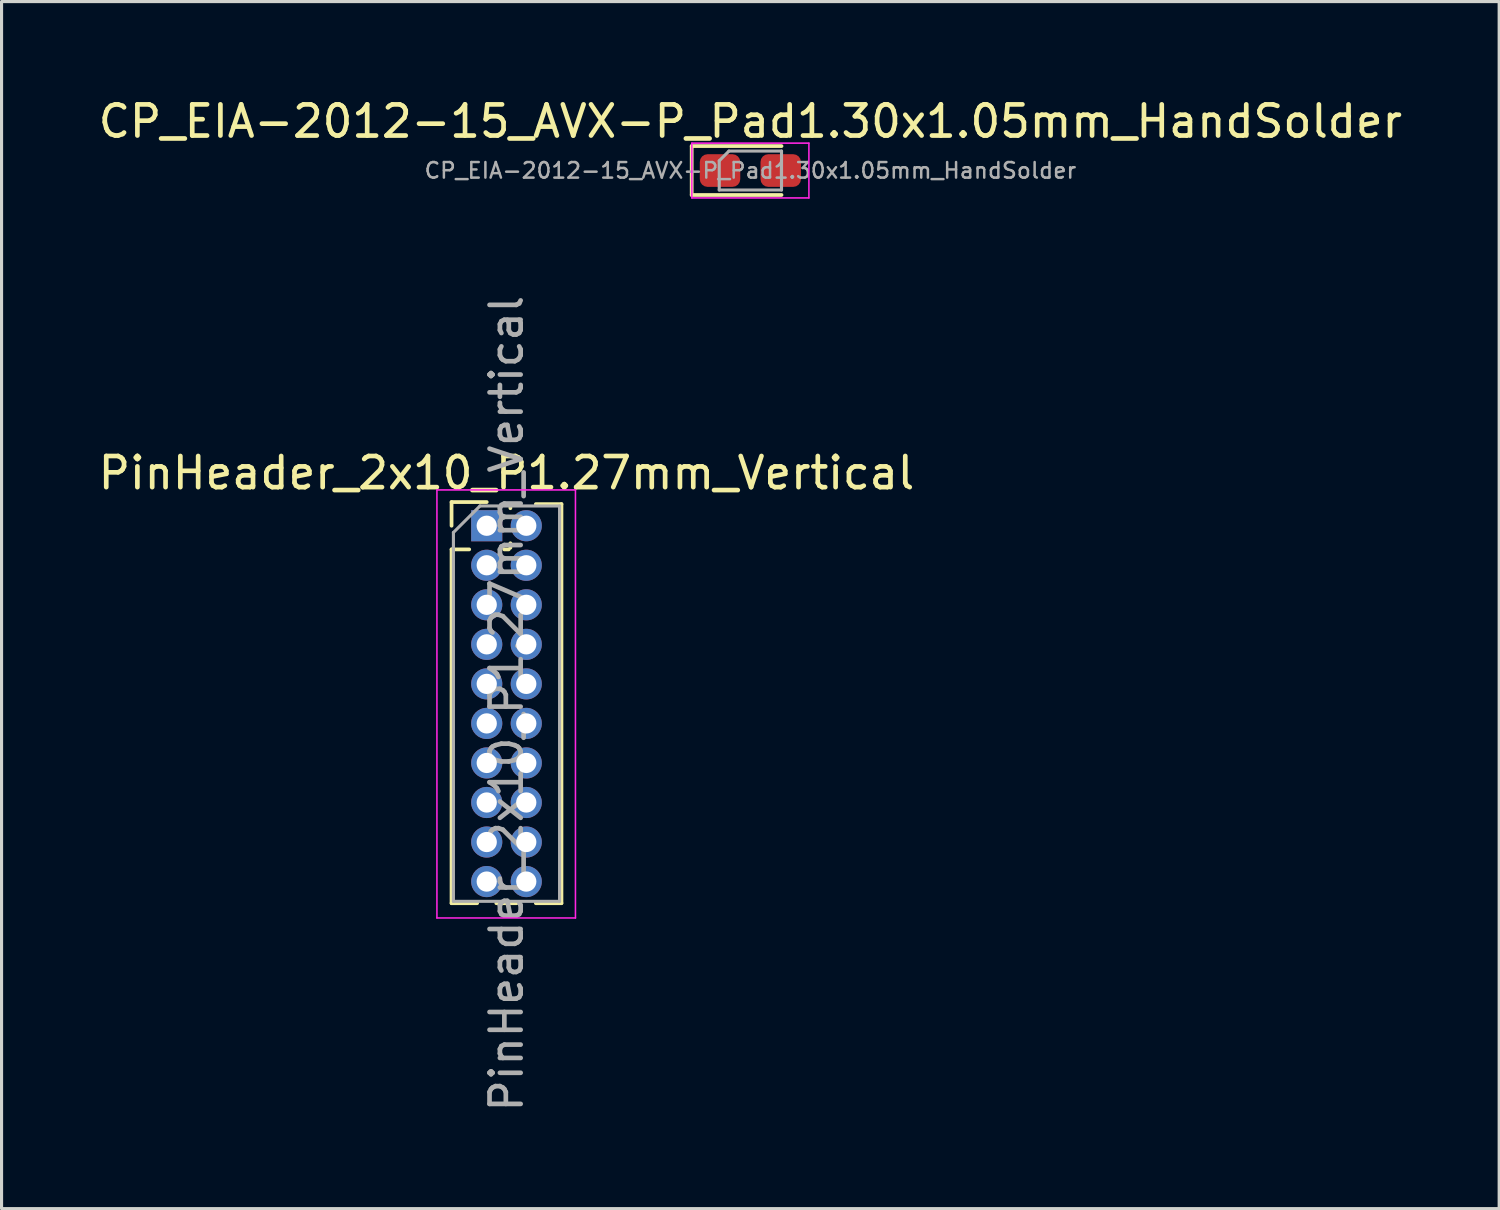
<source format=kicad_pcb>
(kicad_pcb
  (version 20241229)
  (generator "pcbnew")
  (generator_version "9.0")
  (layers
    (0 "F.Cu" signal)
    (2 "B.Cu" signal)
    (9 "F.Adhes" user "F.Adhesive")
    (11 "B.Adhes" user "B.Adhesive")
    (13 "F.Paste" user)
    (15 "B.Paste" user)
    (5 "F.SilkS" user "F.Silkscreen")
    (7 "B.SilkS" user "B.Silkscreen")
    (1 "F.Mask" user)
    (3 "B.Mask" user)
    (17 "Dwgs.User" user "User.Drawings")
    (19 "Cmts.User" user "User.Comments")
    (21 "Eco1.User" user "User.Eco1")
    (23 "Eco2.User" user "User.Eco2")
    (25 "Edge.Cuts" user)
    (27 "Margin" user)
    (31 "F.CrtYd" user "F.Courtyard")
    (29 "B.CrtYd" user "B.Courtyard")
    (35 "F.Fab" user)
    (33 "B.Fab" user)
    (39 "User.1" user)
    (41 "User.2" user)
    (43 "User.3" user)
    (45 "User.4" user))
  (footprint "PinHeader_2x10_P1.27mm_Vertical"
    (layer "F.Cu")
    (at 12.585 13.838)
    (property "Reference" "PinHeader_2x10_P1.27mm_Vertical" (at 0.635 -1.695 0) (layer "F.SilkS") (effects (font (size 1 1) (thickness 0.15))))
    (attr through_hole)
    (fp_line (start -1.13 -0.76) (end 0 -0.76) (stroke (width 0.12) (type solid)) (layer "F.SilkS"))
    (fp_line (start -1.13 0) (end -1.13 -0.76) (stroke (width 0.12) (type solid)) (layer "F.SilkS"))
    (fp_line (start -1.13 0.76) (end -1.13 12.125) (stroke (width 0.12) (type solid)) (layer "F.SilkS"))
    (fp_line (start -1.13 0.76) (end -0.563 0.76) (stroke (width 0.12) (type solid)) (layer "F.SilkS"))
    (fp_line (start -1.13 12.125) (end -0.308 12.125) (stroke (width 0.12) (type solid)) (layer "F.SilkS"))
    (fp_line (start 0.308 12.125) (end 0.962 12.125) (stroke (width 0.12) (type solid)) (layer "F.SilkS"))
    (fp_line (start 0.563 0.76) (end 0.707 0.76) (stroke (width 0.12) (type solid)) (layer "F.SilkS"))
    (fp_line (start 0.76 -0.695) (end 0.962 -0.695) (stroke (width 0.12) (type solid)) (layer "F.SilkS"))
    (fp_line (start 0.76 -0.563) (end 0.76 -0.695) (stroke (width 0.12) (type solid)) (layer "F.SilkS"))
    (fp_line (start 0.76 0.707) (end 0.76 0.563) (stroke (width 0.12) (type solid)) (layer "F.SilkS"))
    (fp_line (start 1.578 -0.695) (end 2.4 -0.695) (stroke (width 0.12) (type solid)) (layer "F.SilkS"))
    (fp_line (start 1.578 12.125) (end 2.4 12.125) (stroke (width 0.12) (type solid)) (layer "F.SilkS"))
    (fp_line (start 2.4 -0.695) (end 2.4 12.125) (stroke (width 0.12) (type solid)) (layer "F.SilkS"))
    (fp_line (start -1.6 -1.15) (end -1.6 12.6) (stroke (width 0.05) (type solid)) (layer "F.CrtYd"))
    (fp_line (start -1.6 12.6) (end 2.85 12.6) (stroke (width 0.05) (type solid)) (layer "F.CrtYd"))
    (fp_line (start 2.85 -1.15) (end -1.6 -1.15) (stroke (width 0.05) (type solid)) (layer "F.CrtYd"))
    (fp_line (start 2.85 12.6) (end 2.85 -1.15) (stroke (width 0.05) (type solid)) (layer "F.CrtYd"))
    (fp_line (start -1.07 0.217) (end -0.217 -0.635) (stroke (width 0.1) (type solid)) (layer "F.Fab"))
    (fp_line (start -1.07 12.065) (end -1.07 0.217) (stroke (width 0.1) (type solid)) (layer "F.Fab"))
    (fp_line (start -0.217 -0.635) (end 2.34 -0.635) (stroke (width 0.1) (type solid)) (layer "F.Fab"))
    (fp_line (start 2.34 -0.635) (end 2.34 12.065) (stroke (width 0.1) (type solid)) (layer "F.Fab"))
    (fp_line (start 2.34 12.065) (end -1.07 12.065) (stroke (width 0.1) (type solid)) (layer "F.Fab"))
    (fp_text user "${REFERENCE}" (at 0.635 5.715 90) (layer "F.Fab") (effects (font (size 1 1) (thickness 0.15))))
    (pad "1" thru_hole rect (at 0 0) (size 1 1) (drill 0.65) (layers "*.Cu" "*.Mask"))
    (pad "2" thru_hole oval (at 1.27 0) (size 1 1) (drill 0.65) (layers "*.Cu" "*.Mask"))
    (pad "3" thru_hole oval (at 0 1.27) (size 1 1) (drill 0.65) (layers "*.Cu" "*.Mask"))
    (pad "4" thru_hole oval (at 1.27 1.27) (size 1 1) (drill 0.65) (layers "*.Cu" "*.Mask"))
    (pad "5" thru_hole oval (at 0 2.54) (size 1 1) (drill 0.65) (layers "*.Cu" "*.Mask"))
    (pad "6" thru_hole oval (at 1.27 2.54) (size 1 1) (drill 0.65) (layers "*.Cu" "*.Mask"))
    (pad "7" thru_hole oval (at 0 3.81) (size 1 1) (drill 0.65) (layers "*.Cu" "*.Mask"))
    (pad "8" thru_hole oval (at 1.27 3.81) (size 1 1) (drill 0.65) (layers "*.Cu" "*.Mask"))
    (pad "9" thru_hole oval (at 0 5.08) (size 1 1) (drill 0.65) (layers "*.Cu" "*.Mask"))
    (pad "10" thru_hole oval (at 1.27 5.08) (size 1 1) (drill 0.65) (layers "*.Cu" "*.Mask"))
    (pad "11" thru_hole oval (at 0 6.35) (size 1 1) (drill 0.65) (layers "*.Cu" "*.Mask"))
    (pad "12" thru_hole oval (at 1.27 6.35) (size 1 1) (drill 0.65) (layers "*.Cu" "*.Mask"))
    (pad "13" thru_hole oval (at 0 7.62) (size 1 1) (drill 0.65) (layers "*.Cu" "*.Mask"))
    (pad "14" thru_hole oval (at 1.27 7.62) (size 1 1) (drill 0.65) (layers "*.Cu" "*.Mask"))
    (pad "15" thru_hole oval (at 0 8.89) (size 1 1) (drill 0.65) (layers "*.Cu" "*.Mask"))
    (pad "16" thru_hole oval (at 1.27 8.89) (size 1 1) (drill 0.65) (layers "*.Cu" "*.Mask"))
    (pad "17" thru_hole oval (at 0 10.16) (size 1 1) (drill 0.65) (layers "*.Cu" "*.Mask"))
    (pad "18" thru_hole oval (at 1.27 10.16) (size 1 1) (drill 0.65) (layers "*.Cu" "*.Mask"))
    (pad "19" thru_hole oval (at 0 11.43) (size 1 1) (drill 0.65) (layers "*.Cu" "*.Mask"))
    (pad "20" thru_hole oval (at 1.27 11.43) (size 1 1) (drill 0.65) (layers "*.Cu" "*.Mask")))
  (footprint "CP_EIA-2012-15_AVX-P_Pad1.30x1.05mm_HandSolder"
    (layer "F.Cu")
    (at 21.054 2.428)
    (property "Reference" "CP_EIA-2012-15_AVX-P_Pad1.30x1.05mm_HandSolder" (at 0 -1.58 0) (layer "F.SilkS") (effects (font (size 1 1) (thickness 0.15))))
    (attr smd)
    (fp_line (start -1.885 -0.785) (end -1.885 0.785) (stroke (width 0.12) (type solid)) (layer "F.SilkS"))
    (fp_line (start -1.885 0.785) (end 1 0.785) (stroke (width 0.12) (type solid)) (layer "F.SilkS"))
    (fp_line (start 1 -0.785) (end -1.885 -0.785) (stroke (width 0.12) (type solid)) (layer "F.SilkS"))
    (fp_line (start -1.88 -0.88) (end 1.88 -0.88) (stroke (width 0.05) (type solid)) (layer "F.CrtYd"))
    (fp_line (start -1.88 0.88) (end -1.88 -0.88) (stroke (width 0.05) (type solid)) (layer "F.CrtYd"))
    (fp_line (start 1.88 -0.88) (end 1.88 0.88) (stroke (width 0.05) (type solid)) (layer "F.CrtYd"))
    (fp_line (start 1.88 0.88) (end -1.88 0.88) (stroke (width 0.05) (type solid)) (layer "F.CrtYd"))
    (fp_line (start -1 -0.312) (end -1 0.625) (stroke (width 0.1) (type solid)) (layer "F.Fab"))
    (fp_line (start -1 0.625) (end 1 0.625) (stroke (width 0.1) (type solid)) (layer "F.Fab"))
    (fp_line (start -0.688 -0.625) (end -1 -0.312) (stroke (width 0.1) (type solid)) (layer "F.Fab"))
    (fp_line (start 1 -0.625) (end -0.688 -0.625) (stroke (width 0.1) (type solid)) (layer "F.Fab"))
    (fp_line (start 1 0.625) (end 1 -0.625) (stroke (width 0.1) (type solid)) (layer "F.Fab"))
    (fp_text user "${REFERENCE}" (at 0 0 0) (layer "F.Fab") (effects (font (size 0.5 0.5) (thickness 0.08))))
    (pad "1" smd roundrect (at -0.975 0) (size 1.3 1.05) (layers "F.Cu" "F.Mask" "F.Paste") (roundrect_rratio 0.238))
    (pad "2" smd roundrect (at 0.975 0) (size 1.3 1.05) (layers "F.Cu" "F.Mask" "F.Paste") (roundrect_rratio 0.238)))
  (gr_rect
    (start -3 -3)
    (end 45.107 35.774)
    (stroke (width 0.1) (type default))
    (fill no)
    (layer "Edge.Cuts")))
</source>
